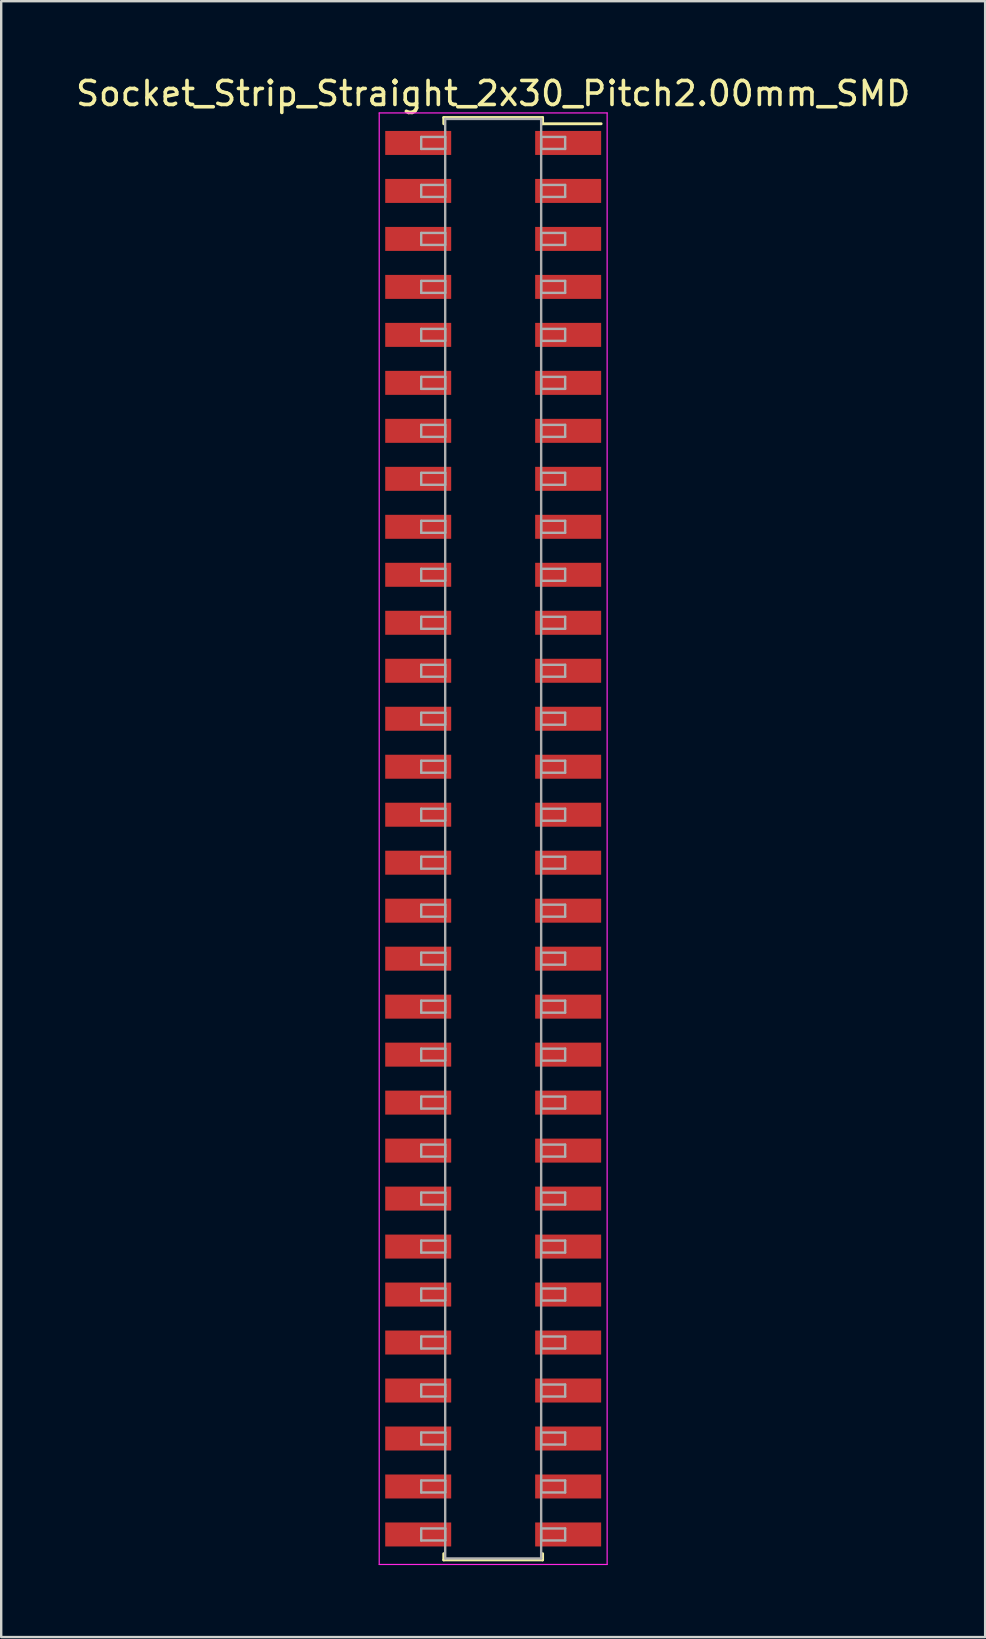
<source format=kicad_pcb>
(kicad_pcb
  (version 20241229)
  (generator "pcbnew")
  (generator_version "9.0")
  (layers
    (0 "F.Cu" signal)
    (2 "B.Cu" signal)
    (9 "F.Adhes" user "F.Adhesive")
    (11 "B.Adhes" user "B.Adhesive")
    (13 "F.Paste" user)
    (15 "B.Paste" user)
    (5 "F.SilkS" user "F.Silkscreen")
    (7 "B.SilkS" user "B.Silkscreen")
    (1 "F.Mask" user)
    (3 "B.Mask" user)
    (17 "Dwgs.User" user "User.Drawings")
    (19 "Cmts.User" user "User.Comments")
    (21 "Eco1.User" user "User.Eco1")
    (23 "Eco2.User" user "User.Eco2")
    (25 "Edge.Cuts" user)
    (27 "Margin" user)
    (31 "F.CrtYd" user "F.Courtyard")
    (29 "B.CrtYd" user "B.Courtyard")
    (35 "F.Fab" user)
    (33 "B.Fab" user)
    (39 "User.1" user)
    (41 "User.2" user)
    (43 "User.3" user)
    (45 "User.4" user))
  (footprint "Socket_Strip_Straight_2x30_Pitch2.00mm_SMD"
    (layer "F.Cu")
    (at 17.506 31.908)
    (property "Reference" "Socket_Strip_Straight_2x30_Pitch2.00mm_SMD" (at 0 -31.06 0) (layer "F.SilkS") (effects (font (size 1 1) (thickness 0.15))))
    (attr smd)
    (fp_line (start -2.06 -30.06) (end 2.06 -30.06) (stroke (width 0.12) (type solid)) (layer "F.SilkS"))
    (fp_line (start -2.06 -29.8) (end -2.06 -30.06) (stroke (width 0.12) (type solid)) (layer "F.SilkS"))
    (fp_line (start -2.06 29.8) (end -2.06 30.06) (stroke (width 0.12) (type solid)) (layer "F.SilkS"))
    (fp_line (start -2.06 30.06) (end 2.06 30.06) (stroke (width 0.12) (type solid)) (layer "F.SilkS"))
    (fp_line (start 2.06 -30.06) (end 2.06 -29.8) (stroke (width 0.12) (type solid)) (layer "F.SilkS"))
    (fp_line (start 2.06 30.06) (end 2.06 29.8) (stroke (width 0.12) (type solid)) (layer "F.SilkS"))
    (fp_line (start 4.5 -29.8) (end 2.06 -29.8) (stroke (width 0.12) (type solid)) (layer "F.SilkS"))
    (fp_line (start -4.75 -30.25) (end -4.75 30.25) (stroke (width 0.05) (type solid)) (layer "F.CrtYd"))
    (fp_line (start -4.75 30.25) (end 4.75 30.25) (stroke (width 0.05) (type solid)) (layer "F.CrtYd"))
    (fp_line (start 4.75 -30.25) (end -4.75 -30.25) (stroke (width 0.05) (type solid)) (layer "F.CrtYd"))
    (fp_line (start 4.75 30.25) (end 4.75 -30.25) (stroke (width 0.05) (type solid)) (layer "F.CrtYd"))
    (fp_line (start -3 -29.25) (end -2 -29.25) (stroke (width 0.1) (type solid)) (layer "F.Fab"))
    (fp_line (start -3 -28.75) (end -3 -29.25) (stroke (width 0.1) (type solid)) (layer "F.Fab"))
    (fp_line (start -3 -27.25) (end -2 -27.25) (stroke (width 0.1) (type solid)) (layer "F.Fab"))
    (fp_line (start -3 -26.75) (end -3 -27.25) (stroke (width 0.1) (type solid)) (layer "F.Fab"))
    (fp_line (start -3 -25.25) (end -2 -25.25) (stroke (width 0.1) (type solid)) (layer "F.Fab"))
    (fp_line (start -3 -24.75) (end -3 -25.25) (stroke (width 0.1) (type solid)) (layer "F.Fab"))
    (fp_line (start -3 -23.25) (end -2 -23.25) (stroke (width 0.1) (type solid)) (layer "F.Fab"))
    (fp_line (start -3 -22.75) (end -3 -23.25) (stroke (width 0.1) (type solid)) (layer "F.Fab"))
    (fp_line (start -3 -21.25) (end -2 -21.25) (stroke (width 0.1) (type solid)) (layer "F.Fab"))
    (fp_line (start -3 -20.75) (end -3 -21.25) (stroke (width 0.1) (type solid)) (layer "F.Fab"))
    (fp_line (start -3 -19.25) (end -2 -19.25) (stroke (width 0.1) (type solid)) (layer "F.Fab"))
    (fp_line (start -3 -18.75) (end -3 -19.25) (stroke (width 0.1) (type solid)) (layer "F.Fab"))
    (fp_line (start -3 -17.25) (end -2 -17.25) (stroke (width 0.1) (type solid)) (layer "F.Fab"))
    (fp_line (start -3 -16.75) (end -3 -17.25) (stroke (width 0.1) (type solid)) (layer "F.Fab"))
    (fp_line (start -3 -15.25) (end -2 -15.25) (stroke (width 0.1) (type solid)) (layer "F.Fab"))
    (fp_line (start -3 -14.75) (end -3 -15.25) (stroke (width 0.1) (type solid)) (layer "F.Fab"))
    (fp_line (start -3 -13.25) (end -2 -13.25) (stroke (width 0.1) (type solid)) (layer "F.Fab"))
    (fp_line (start -3 -12.75) (end -3 -13.25) (stroke (width 0.1) (type solid)) (layer "F.Fab"))
    (fp_line (start -3 -11.25) (end -2 -11.25) (stroke (width 0.1) (type solid)) (layer "F.Fab"))
    (fp_line (start -3 -10.75) (end -3 -11.25) (stroke (width 0.1) (type solid)) (layer "F.Fab"))
    (fp_line (start -3 -9.25) (end -2 -9.25) (stroke (width 0.1) (type solid)) (layer "F.Fab"))
    (fp_line (start -3 -8.75) (end -3 -9.25) (stroke (width 0.1) (type solid)) (layer "F.Fab"))
    (fp_line (start -3 -7.25) (end -2 -7.25) (stroke (width 0.1) (type solid)) (layer "F.Fab"))
    (fp_line (start -3 -6.75) (end -3 -7.25) (stroke (width 0.1) (type solid)) (layer "F.Fab"))
    (fp_line (start -3 -5.25) (end -2 -5.25) (stroke (width 0.1) (type solid)) (layer "F.Fab"))
    (fp_line (start -3 -4.75) (end -3 -5.25) (stroke (width 0.1) (type solid)) (layer "F.Fab"))
    (fp_line (start -3 -3.25) (end -2 -3.25) (stroke (width 0.1) (type solid)) (layer "F.Fab"))
    (fp_line (start -3 -2.75) (end -3 -3.25) (stroke (width 0.1) (type solid)) (layer "F.Fab"))
    (fp_line (start -3 -1.25) (end -2 -1.25) (stroke (width 0.1) (type solid)) (layer "F.Fab"))
    (fp_line (start -3 -0.75) (end -3 -1.25) (stroke (width 0.1) (type solid)) (layer "F.Fab"))
    (fp_line (start -3 0.75) (end -2 0.75) (stroke (width 0.1) (type solid)) (layer "F.Fab"))
    (fp_line (start -3 1.25) (end -3 0.75) (stroke (width 0.1) (type solid)) (layer "F.Fab"))
    (fp_line (start -3 2.75) (end -2 2.75) (stroke (width 0.1) (type solid)) (layer "F.Fab"))
    (fp_line (start -3 3.25) (end -3 2.75) (stroke (width 0.1) (type solid)) (layer "F.Fab"))
    (fp_line (start -3 4.75) (end -2 4.75) (stroke (width 0.1) (type solid)) (layer "F.Fab"))
    (fp_line (start -3 5.25) (end -3 4.75) (stroke (width 0.1) (type solid)) (layer "F.Fab"))
    (fp_line (start -3 6.75) (end -2 6.75) (stroke (width 0.1) (type solid)) (layer "F.Fab"))
    (fp_line (start -3 7.25) (end -3 6.75) (stroke (width 0.1) (type solid)) (layer "F.Fab"))
    (fp_line (start -3 8.75) (end -2 8.75) (stroke (width 0.1) (type solid)) (layer "F.Fab"))
    (fp_line (start -3 9.25) (end -3 8.75) (stroke (width 0.1) (type solid)) (layer "F.Fab"))
    (fp_line (start -3 10.75) (end -2 10.75) (stroke (width 0.1) (type solid)) (layer "F.Fab"))
    (fp_line (start -3 11.25) (end -3 10.75) (stroke (width 0.1) (type solid)) (layer "F.Fab"))
    (fp_line (start -3 12.75) (end -2 12.75) (stroke (width 0.1) (type solid)) (layer "F.Fab"))
    (fp_line (start -3 13.25) (end -3 12.75) (stroke (width 0.1) (type solid)) (layer "F.Fab"))
    (fp_line (start -3 14.75) (end -2 14.75) (stroke (width 0.1) (type solid)) (layer "F.Fab"))
    (fp_line (start -3 15.25) (end -3 14.75) (stroke (width 0.1) (type solid)) (layer "F.Fab"))
    (fp_line (start -3 16.75) (end -2 16.75) (stroke (width 0.1) (type solid)) (layer "F.Fab"))
    (fp_line (start -3 17.25) (end -3 16.75) (stroke (width 0.1) (type solid)) (layer "F.Fab"))
    (fp_line (start -3 18.75) (end -2 18.75) (stroke (width 0.1) (type solid)) (layer "F.Fab"))
    (fp_line (start -3 19.25) (end -3 18.75) (stroke (width 0.1) (type solid)) (layer "F.Fab"))
    (fp_line (start -3 20.75) (end -2 20.75) (stroke (width 0.1) (type solid)) (layer "F.Fab"))
    (fp_line (start -3 21.25) (end -3 20.75) (stroke (width 0.1) (type solid)) (layer "F.Fab"))
    (fp_line (start -3 22.75) (end -2 22.75) (stroke (width 0.1) (type solid)) (layer "F.Fab"))
    (fp_line (start -3 23.25) (end -3 22.75) (stroke (width 0.1) (type solid)) (layer "F.Fab"))
    (fp_line (start -3 24.75) (end -2 24.75) (stroke (width 0.1) (type solid)) (layer "F.Fab"))
    (fp_line (start -3 25.25) (end -3 24.75) (stroke (width 0.1) (type solid)) (layer "F.Fab"))
    (fp_line (start -3 26.75) (end -2 26.75) (stroke (width 0.1) (type solid)) (layer "F.Fab"))
    (fp_line (start -3 27.25) (end -3 26.75) (stroke (width 0.1) (type solid)) (layer "F.Fab"))
    (fp_line (start -3 28.75) (end -2 28.75) (stroke (width 0.1) (type solid)) (layer "F.Fab"))
    (fp_line (start -3 29.25) (end -3 28.75) (stroke (width 0.1) (type solid)) (layer "F.Fab"))
    (fp_line (start -2 -30) (end -2 30) (stroke (width 0.1) (type solid)) (layer "F.Fab"))
    (fp_line (start -2 -29.25) (end -2 -28.75) (stroke (width 0.1) (type solid)) (layer "F.Fab"))
    (fp_line (start -2 -28.75) (end -3 -28.75) (stroke (width 0.1) (type solid)) (layer "F.Fab"))
    (fp_line (start -2 -27.25) (end -2 -26.75) (stroke (width 0.1) (type solid)) (layer "F.Fab"))
    (fp_line (start -2 -26.75) (end -3 -26.75) (stroke (width 0.1) (type solid)) (layer "F.Fab"))
    (fp_line (start -2 -25.25) (end -2 -24.75) (stroke (width 0.1) (type solid)) (layer "F.Fab"))
    (fp_line (start -2 -24.75) (end -3 -24.75) (stroke (width 0.1) (type solid)) (layer "F.Fab"))
    (fp_line (start -2 -23.25) (end -2 -22.75) (stroke (width 0.1) (type solid)) (layer "F.Fab"))
    (fp_line (start -2 -22.75) (end -3 -22.75) (stroke (width 0.1) (type solid)) (layer "F.Fab"))
    (fp_line (start -2 -21.25) (end -2 -20.75) (stroke (width 0.1) (type solid)) (layer "F.Fab"))
    (fp_line (start -2 -20.75) (end -3 -20.75) (stroke (width 0.1) (type solid)) (layer "F.Fab"))
    (fp_line (start -2 -19.25) (end -2 -18.75) (stroke (width 0.1) (type solid)) (layer "F.Fab"))
    (fp_line (start -2 -18.75) (end -3 -18.75) (stroke (width 0.1) (type solid)) (layer "F.Fab"))
    (fp_line (start -2 -17.25) (end -2 -16.75) (stroke (width 0.1) (type solid)) (layer "F.Fab"))
    (fp_line (start -2 -16.75) (end -3 -16.75) (stroke (width 0.1) (type solid)) (layer "F.Fab"))
    (fp_line (start -2 -15.25) (end -2 -14.75) (stroke (width 0.1) (type solid)) (layer "F.Fab"))
    (fp_line (start -2 -14.75) (end -3 -14.75) (stroke (width 0.1) (type solid)) (layer "F.Fab"))
    (fp_line (start -2 -13.25) (end -2 -12.75) (stroke (width 0.1) (type solid)) (layer "F.Fab"))
    (fp_line (start -2 -12.75) (end -3 -12.75) (stroke (width 0.1) (type solid)) (layer "F.Fab"))
    (fp_line (start -2 -11.25) (end -2 -10.75) (stroke (width 0.1) (type solid)) (layer "F.Fab"))
    (fp_line (start -2 -10.75) (end -3 -10.75) (stroke (width 0.1) (type solid)) (layer "F.Fab"))
    (fp_line (start -2 -9.25) (end -2 -8.75) (stroke (width 0.1) (type solid)) (layer "F.Fab"))
    (fp_line (start -2 -8.75) (end -3 -8.75) (stroke (width 0.1) (type solid)) (layer "F.Fab"))
    (fp_line (start -2 -7.25) (end -2 -6.75) (stroke (width 0.1) (type solid)) (layer "F.Fab"))
    (fp_line (start -2 -6.75) (end -3 -6.75) (stroke (width 0.1) (type solid)) (layer "F.Fab"))
    (fp_line (start -2 -5.25) (end -2 -4.75) (stroke (width 0.1) (type solid)) (layer "F.Fab"))
    (fp_line (start -2 -4.75) (end -3 -4.75) (stroke (width 0.1) (type solid)) (layer "F.Fab"))
    (fp_line (start -2 -3.25) (end -2 -2.75) (stroke (width 0.1) (type solid)) (layer "F.Fab"))
    (fp_line (start -2 -2.75) (end -3 -2.75) (stroke (width 0.1) (type solid)) (layer "F.Fab"))
    (fp_line (start -2 -1.25) (end -2 -0.75) (stroke (width 0.1) (type solid)) (layer "F.Fab"))
    (fp_line (start -2 -0.75) (end -3 -0.75) (stroke (width 0.1) (type solid)) (layer "F.Fab"))
    (fp_line (start -2 0.75) (end -2 1.25) (stroke (width 0.1) (type solid)) (layer "F.Fab"))
    (fp_line (start -2 1.25) (end -3 1.25) (stroke (width 0.1) (type solid)) (layer "F.Fab"))
    (fp_line (start -2 2.75) (end -2 3.25) (stroke (width 0.1) (type solid)) (layer "F.Fab"))
    (fp_line (start -2 3.25) (end -3 3.25) (stroke (width 0.1) (type solid)) (layer "F.Fab"))
    (fp_line (start -2 4.75) (end -2 5.25) (stroke (width 0.1) (type solid)) (layer "F.Fab"))
    (fp_line (start -2 5.25) (end -3 5.25) (stroke (width 0.1) (type solid)) (layer "F.Fab"))
    (fp_line (start -2 6.75) (end -2 7.25) (stroke (width 0.1) (type solid)) (layer "F.Fab"))
    (fp_line (start -2 7.25) (end -3 7.25) (stroke (width 0.1) (type solid)) (layer "F.Fab"))
    (fp_line (start -2 8.75) (end -2 9.25) (stroke (width 0.1) (type solid)) (layer "F.Fab"))
    (fp_line (start -2 9.25) (end -3 9.25) (stroke (width 0.1) (type solid)) (layer "F.Fab"))
    (fp_line (start -2 10.75) (end -2 11.25) (stroke (width 0.1) (type solid)) (layer "F.Fab"))
    (fp_line (start -2 11.25) (end -3 11.25) (stroke (width 0.1) (type solid)) (layer "F.Fab"))
    (fp_line (start -2 12.75) (end -2 13.25) (stroke (width 0.1) (type solid)) (layer "F.Fab"))
    (fp_line (start -2 13.25) (end -3 13.25) (stroke (width 0.1) (type solid)) (layer "F.Fab"))
    (fp_line (start -2 14.75) (end -2 15.25) (stroke (width 0.1) (type solid)) (layer "F.Fab"))
    (fp_line (start -2 15.25) (end -3 15.25) (stroke (width 0.1) (type solid)) (layer "F.Fab"))
    (fp_line (start -2 16.75) (end -2 17.25) (stroke (width 0.1) (type solid)) (layer "F.Fab"))
    (fp_line (start -2 17.25) (end -3 17.25) (stroke (width 0.1) (type solid)) (layer "F.Fab"))
    (fp_line (start -2 18.75) (end -2 19.25) (stroke (width 0.1) (type solid)) (layer "F.Fab"))
    (fp_line (start -2 19.25) (end -3 19.25) (stroke (width 0.1) (type solid)) (layer "F.Fab"))
    (fp_line (start -2 20.75) (end -2 21.25) (stroke (width 0.1) (type solid)) (layer "F.Fab"))
    (fp_line (start -2 21.25) (end -3 21.25) (stroke (width 0.1) (type solid)) (layer "F.Fab"))
    (fp_line (start -2 22.75) (end -2 23.25) (stroke (width 0.1) (type solid)) (layer "F.Fab"))
    (fp_line (start -2 23.25) (end -3 23.25) (stroke (width 0.1) (type solid)) (layer "F.Fab"))
    (fp_line (start -2 24.75) (end -2 25.25) (stroke (width 0.1) (type solid)) (layer "F.Fab"))
    (fp_line (start -2 25.25) (end -3 25.25) (stroke (width 0.1) (type solid)) (layer "F.Fab"))
    (fp_line (start -2 26.75) (end -2 27.25) (stroke (width 0.1) (type solid)) (layer "F.Fab"))
    (fp_line (start -2 27.25) (end -3 27.25) (stroke (width 0.1) (type solid)) (layer "F.Fab"))
    (fp_line (start -2 28.75) (end -2 29.25) (stroke (width 0.1) (type solid)) (layer "F.Fab"))
    (fp_line (start -2 29.25) (end -3 29.25) (stroke (width 0.1) (type solid)) (layer "F.Fab"))
    (fp_line (start -2 30) (end 2 30) (stroke (width 0.1) (type solid)) (layer "F.Fab"))
    (fp_line (start 2 -30) (end -2 -30) (stroke (width 0.1) (type solid)) (layer "F.Fab"))
    (fp_line (start 2 -29.25) (end 2 -28.75) (stroke (width 0.1) (type solid)) (layer "F.Fab"))
    (fp_line (start 2 -28.75) (end 3 -28.75) (stroke (width 0.1) (type solid)) (layer "F.Fab"))
    (fp_line (start 2 -27.25) (end 2 -26.75) (stroke (width 0.1) (type solid)) (layer "F.Fab"))
    (fp_line (start 2 -26.75) (end 3 -26.75) (stroke (width 0.1) (type solid)) (layer "F.Fab"))
    (fp_line (start 2 -25.25) (end 2 -24.75) (stroke (width 0.1) (type solid)) (layer "F.Fab"))
    (fp_line (start 2 -24.75) (end 3 -24.75) (stroke (width 0.1) (type solid)) (layer "F.Fab"))
    (fp_line (start 2 -23.25) (end 2 -22.75) (stroke (width 0.1) (type solid)) (layer "F.Fab"))
    (fp_line (start 2 -22.75) (end 3 -22.75) (stroke (width 0.1) (type solid)) (layer "F.Fab"))
    (fp_line (start 2 -21.25) (end 2 -20.75) (stroke (width 0.1) (type solid)) (layer "F.Fab"))
    (fp_line (start 2 -20.75) (end 3 -20.75) (stroke (width 0.1) (type solid)) (layer "F.Fab"))
    (fp_line (start 2 -19.25) (end 2 -18.75) (stroke (width 0.1) (type solid)) (layer "F.Fab"))
    (fp_line (start 2 -18.75) (end 3 -18.75) (stroke (width 0.1) (type solid)) (layer "F.Fab"))
    (fp_line (start 2 -17.25) (end 2 -16.75) (stroke (width 0.1) (type solid)) (layer "F.Fab"))
    (fp_line (start 2 -16.75) (end 3 -16.75) (stroke (width 0.1) (type solid)) (layer "F.Fab"))
    (fp_line (start 2 -15.25) (end 2 -14.75) (stroke (width 0.1) (type solid)) (layer "F.Fab"))
    (fp_line (start 2 -14.75) (end 3 -14.75) (stroke (width 0.1) (type solid)) (layer "F.Fab"))
    (fp_line (start 2 -13.25) (end 2 -12.75) (stroke (width 0.1) (type solid)) (layer "F.Fab"))
    (fp_line (start 2 -12.75) (end 3 -12.75) (stroke (width 0.1) (type solid)) (layer "F.Fab"))
    (fp_line (start 2 -11.25) (end 2 -10.75) (stroke (width 0.1) (type solid)) (layer "F.Fab"))
    (fp_line (start 2 -10.75) (end 3 -10.75) (stroke (width 0.1) (type solid)) (layer "F.Fab"))
    (fp_line (start 2 -9.25) (end 2 -8.75) (stroke (width 0.1) (type solid)) (layer "F.Fab"))
    (fp_line (start 2 -8.75) (end 3 -8.75) (stroke (width 0.1) (type solid)) (layer "F.Fab"))
    (fp_line (start 2 -7.25) (end 2 -6.75) (stroke (width 0.1) (type solid)) (layer "F.Fab"))
    (fp_line (start 2 -6.75) (end 3 -6.75) (stroke (width 0.1) (type solid)) (layer "F.Fab"))
    (fp_line (start 2 -5.25) (end 2 -4.75) (stroke (width 0.1) (type solid)) (layer "F.Fab"))
    (fp_line (start 2 -4.75) (end 3 -4.75) (stroke (width 0.1) (type solid)) (layer "F.Fab"))
    (fp_line (start 2 -3.25) (end 2 -2.75) (stroke (width 0.1) (type solid)) (layer "F.Fab"))
    (fp_line (start 2 -2.75) (end 3 -2.75) (stroke (width 0.1) (type solid)) (layer "F.Fab"))
    (fp_line (start 2 -1.25) (end 2 -0.75) (stroke (width 0.1) (type solid)) (layer "F.Fab"))
    (fp_line (start 2 -0.75) (end 3 -0.75) (stroke (width 0.1) (type solid)) (layer "F.Fab"))
    (fp_line (start 2 0.75) (end 2 1.25) (stroke (width 0.1) (type solid)) (layer "F.Fab"))
    (fp_line (start 2 1.25) (end 3 1.25) (stroke (width 0.1) (type solid)) (layer "F.Fab"))
    (fp_line (start 2 2.75) (end 2 3.25) (stroke (width 0.1) (type solid)) (layer "F.Fab"))
    (fp_line (start 2 3.25) (end 3 3.25) (stroke (width 0.1) (type solid)) (layer "F.Fab"))
    (fp_line (start 2 4.75) (end 2 5.25) (stroke (width 0.1) (type solid)) (layer "F.Fab"))
    (fp_line (start 2 5.25) (end 3 5.25) (stroke (width 0.1) (type solid)) (layer "F.Fab"))
    (fp_line (start 2 6.75) (end 2 7.25) (stroke (width 0.1) (type solid)) (layer "F.Fab"))
    (fp_line (start 2 7.25) (end 3 7.25) (stroke (width 0.1) (type solid)) (layer "F.Fab"))
    (fp_line (start 2 8.75) (end 2 9.25) (stroke (width 0.1) (type solid)) (layer "F.Fab"))
    (fp_line (start 2 9.25) (end 3 9.25) (stroke (width 0.1) (type solid)) (layer "F.Fab"))
    (fp_line (start 2 10.75) (end 2 11.25) (stroke (width 0.1) (type solid)) (layer "F.Fab"))
    (fp_line (start 2 11.25) (end 3 11.25) (stroke (width 0.1) (type solid)) (layer "F.Fab"))
    (fp_line (start 2 12.75) (end 2 13.25) (stroke (width 0.1) (type solid)) (layer "F.Fab"))
    (fp_line (start 2 13.25) (end 3 13.25) (stroke (width 0.1) (type solid)) (layer "F.Fab"))
    (fp_line (start 2 14.75) (end 2 15.25) (stroke (width 0.1) (type solid)) (layer "F.Fab"))
    (fp_line (start 2 15.25) (end 3 15.25) (stroke (width 0.1) (type solid)) (layer "F.Fab"))
    (fp_line (start 2 16.75) (end 2 17.25) (stroke (width 0.1) (type solid)) (layer "F.Fab"))
    (fp_line (start 2 17.25) (end 3 17.25) (stroke (width 0.1) (type solid)) (layer "F.Fab"))
    (fp_line (start 2 18.75) (end 2 19.25) (stroke (width 0.1) (type solid)) (layer "F.Fab"))
    (fp_line (start 2 19.25) (end 3 19.25) (stroke (width 0.1) (type solid)) (layer "F.Fab"))
    (fp_line (start 2 20.75) (end 2 21.25) (stroke (width 0.1) (type solid)) (layer "F.Fab"))
    (fp_line (start 2 21.25) (end 3 21.25) (stroke (width 0.1) (type solid)) (layer "F.Fab"))
    (fp_line (start 2 22.75) (end 2 23.25) (stroke (width 0.1) (type solid)) (layer "F.Fab"))
    (fp_line (start 2 23.25) (end 3 23.25) (stroke (width 0.1) (type solid)) (layer "F.Fab"))
    (fp_line (start 2 24.75) (end 2 25.25) (stroke (width 0.1) (type solid)) (layer "F.Fab"))
    (fp_line (start 2 25.25) (end 3 25.25) (stroke (width 0.1) (type solid)) (layer "F.Fab"))
    (fp_line (start 2 26.75) (end 2 27.25) (stroke (width 0.1) (type solid)) (layer "F.Fab"))
    (fp_line (start 2 27.25) (end 3 27.25) (stroke (width 0.1) (type solid)) (layer "F.Fab"))
    (fp_line (start 2 28.75) (end 2 29.25) (stroke (width 0.1) (type solid)) (layer "F.Fab"))
    (fp_line (start 2 29.25) (end 3 29.25) (stroke (width 0.1) (type solid)) (layer "F.Fab"))
    (fp_line (start 2 30) (end 2 -30) (stroke (width 0.1) (type solid)) (layer "F.Fab"))
    (fp_line (start 3 -29.25) (end 2 -29.25) (stroke (width 0.1) (type solid)) (layer "F.Fab"))
    (fp_line (start 3 -28.75) (end 3 -29.25) (stroke (width 0.1) (type solid)) (layer "F.Fab"))
    (fp_line (start 3 -27.25) (end 2 -27.25) (stroke (width 0.1) (type solid)) (layer "F.Fab"))
    (fp_line (start 3 -26.75) (end 3 -27.25) (stroke (width 0.1) (type solid)) (layer "F.Fab"))
    (fp_line (start 3 -25.25) (end 2 -25.25) (stroke (width 0.1) (type solid)) (layer "F.Fab"))
    (fp_line (start 3 -24.75) (end 3 -25.25) (stroke (width 0.1) (type solid)) (layer "F.Fab"))
    (fp_line (start 3 -23.25) (end 2 -23.25) (stroke (width 0.1) (type solid)) (layer "F.Fab"))
    (fp_line (start 3 -22.75) (end 3 -23.25) (stroke (width 0.1) (type solid)) (layer "F.Fab"))
    (fp_line (start 3 -21.25) (end 2 -21.25) (stroke (width 0.1) (type solid)) (layer "F.Fab"))
    (fp_line (start 3 -20.75) (end 3 -21.25) (stroke (width 0.1) (type solid)) (layer "F.Fab"))
    (fp_line (start 3 -19.25) (end 2 -19.25) (stroke (width 0.1) (type solid)) (layer "F.Fab"))
    (fp_line (start 3 -18.75) (end 3 -19.25) (stroke (width 0.1) (type solid)) (layer "F.Fab"))
    (fp_line (start 3 -17.25) (end 2 -17.25) (stroke (width 0.1) (type solid)) (layer "F.Fab"))
    (fp_line (start 3 -16.75) (end 3 -17.25) (stroke (width 0.1) (type solid)) (layer "F.Fab"))
    (fp_line (start 3 -15.25) (end 2 -15.25) (stroke (width 0.1) (type solid)) (layer "F.Fab"))
    (fp_line (start 3 -14.75) (end 3 -15.25) (stroke (width 0.1) (type solid)) (layer "F.Fab"))
    (fp_line (start 3 -13.25) (end 2 -13.25) (stroke (width 0.1) (type solid)) (layer "F.Fab"))
    (fp_line (start 3 -12.75) (end 3 -13.25) (stroke (width 0.1) (type solid)) (layer "F.Fab"))
    (fp_line (start 3 -11.25) (end 2 -11.25) (stroke (width 0.1) (type solid)) (layer "F.Fab"))
    (fp_line (start 3 -10.75) (end 3 -11.25) (stroke (width 0.1) (type solid)) (layer "F.Fab"))
    (fp_line (start 3 -9.25) (end 2 -9.25) (stroke (width 0.1) (type solid)) (layer "F.Fab"))
    (fp_line (start 3 -8.75) (end 3 -9.25) (stroke (width 0.1) (type solid)) (layer "F.Fab"))
    (fp_line (start 3 -7.25) (end 2 -7.25) (stroke (width 0.1) (type solid)) (layer "F.Fab"))
    (fp_line (start 3 -6.75) (end 3 -7.25) (stroke (width 0.1) (type solid)) (layer "F.Fab"))
    (fp_line (start 3 -5.25) (end 2 -5.25) (stroke (width 0.1) (type solid)) (layer "F.Fab"))
    (fp_line (start 3 -4.75) (end 3 -5.25) (stroke (width 0.1) (type solid)) (layer "F.Fab"))
    (fp_line (start 3 -3.25) (end 2 -3.25) (stroke (width 0.1) (type solid)) (layer "F.Fab"))
    (fp_line (start 3 -2.75) (end 3 -3.25) (stroke (width 0.1) (type solid)) (layer "F.Fab"))
    (fp_line (start 3 -1.25) (end 2 -1.25) (stroke (width 0.1) (type solid)) (layer "F.Fab"))
    (fp_line (start 3 -0.75) (end 3 -1.25) (stroke (width 0.1) (type solid)) (layer "F.Fab"))
    (fp_line (start 3 0.75) (end 2 0.75) (stroke (width 0.1) (type solid)) (layer "F.Fab"))
    (fp_line (start 3 1.25) (end 3 0.75) (stroke (width 0.1) (type solid)) (layer "F.Fab"))
    (fp_line (start 3 2.75) (end 2 2.75) (stroke (width 0.1) (type solid)) (layer "F.Fab"))
    (fp_line (start 3 3.25) (end 3 2.75) (stroke (width 0.1) (type solid)) (layer "F.Fab"))
    (fp_line (start 3 4.75) (end 2 4.75) (stroke (width 0.1) (type solid)) (layer "F.Fab"))
    (fp_line (start 3 5.25) (end 3 4.75) (stroke (width 0.1) (type solid)) (layer "F.Fab"))
    (fp_line (start 3 6.75) (end 2 6.75) (stroke (width 0.1) (type solid)) (layer "F.Fab"))
    (fp_line (start 3 7.25) (end 3 6.75) (stroke (width 0.1) (type solid)) (layer "F.Fab"))
    (fp_line (start 3 8.75) (end 2 8.75) (stroke (width 0.1) (type solid)) (layer "F.Fab"))
    (fp_line (start 3 9.25) (end 3 8.75) (stroke (width 0.1) (type solid)) (layer "F.Fab"))
    (fp_line (start 3 10.75) (end 2 10.75) (stroke (width 0.1) (type solid)) (layer "F.Fab"))
    (fp_line (start 3 11.25) (end 3 10.75) (stroke (width 0.1) (type solid)) (layer "F.Fab"))
    (fp_line (start 3 12.75) (end 2 12.75) (stroke (width 0.1) (type solid)) (layer "F.Fab"))
    (fp_line (start 3 13.25) (end 3 12.75) (stroke (width 0.1) (type solid)) (layer "F.Fab"))
    (fp_line (start 3 14.75) (end 2 14.75) (stroke (width 0.1) (type solid)) (layer "F.Fab"))
    (fp_line (start 3 15.25) (end 3 14.75) (stroke (width 0.1) (type solid)) (layer "F.Fab"))
    (fp_line (start 3 16.75) (end 2 16.75) (stroke (width 0.1) (type solid)) (layer "F.Fab"))
    (fp_line (start 3 17.25) (end 3 16.75) (stroke (width 0.1) (type solid)) (layer "F.Fab"))
    (fp_line (start 3 18.75) (end 2 18.75) (stroke (width 0.1) (type solid)) (layer "F.Fab"))
    (fp_line (start 3 19.25) (end 3 18.75) (stroke (width 0.1) (type solid)) (layer "F.Fab"))
    (fp_line (start 3 20.75) (end 2 20.75) (stroke (width 0.1) (type solid)) (layer "F.Fab"))
    (fp_line (start 3 21.25) (end 3 20.75) (stroke (width 0.1) (type solid)) (layer "F.Fab"))
    (fp_line (start 3 22.75) (end 2 22.75) (stroke (width 0.1) (type solid)) (layer "F.Fab"))
    (fp_line (start 3 23.25) (end 3 22.75) (stroke (width 0.1) (type solid)) (layer "F.Fab"))
    (fp_line (start 3 24.75) (end 2 24.75) (stroke (width 0.1) (type solid)) (layer "F.Fab"))
    (fp_line (start 3 25.25) (end 3 24.75) (stroke (width 0.1) (type solid)) (layer "F.Fab"))
    (fp_line (start 3 26.75) (end 2 26.75) (stroke (width 0.1) (type solid)) (layer "F.Fab"))
    (fp_line (start 3 27.25) (end 3 26.75) (stroke (width 0.1) (type solid)) (layer "F.Fab"))
    (fp_line (start 3 28.75) (end 2 28.75) (stroke (width 0.1) (type solid)) (layer "F.Fab"))
    (fp_line (start 3 29.25) (end 3 28.75) (stroke (width 0.1) (type solid)) (layer "F.Fab"))
    (pad "1" smd rect (at 3.125 -29) (size 2.75 1) (layers "F.Cu" "F.Mask"))
    (pad "2" smd rect (at -3.125 -29) (size 2.75 1) (layers "F.Cu" "F.Mask"))
    (pad "3" smd rect (at 3.125 -27) (size 2.75 1) (layers "F.Cu" "F.Mask"))
    (pad "4" smd rect (at -3.125 -27) (size 2.75 1) (layers "F.Cu" "F.Mask"))
    (pad "5" smd rect (at 3.125 -25) (size 2.75 1) (layers "F.Cu" "F.Mask"))
    (pad "6" smd rect (at -3.125 -25) (size 2.75 1) (layers "F.Cu" "F.Mask"))
    (pad "7" smd rect (at 3.125 -23) (size 2.75 1) (layers "F.Cu" "F.Mask"))
    (pad "8" smd rect (at -3.125 -23) (size 2.75 1) (layers "F.Cu" "F.Mask"))
    (pad "9" smd rect (at 3.125 -21) (size 2.75 1) (layers "F.Cu" "F.Mask"))
    (pad "10" smd rect (at -3.125 -21) (size 2.75 1) (layers "F.Cu" "F.Mask"))
    (pad "11" smd rect (at 3.125 -19) (size 2.75 1) (layers "F.Cu" "F.Mask"))
    (pad "12" smd rect (at -3.125 -19) (size 2.75 1) (layers "F.Cu" "F.Mask"))
    (pad "13" smd rect (at 3.125 -17) (size 2.75 1) (layers "F.Cu" "F.Mask"))
    (pad "14" smd rect (at -3.125 -17) (size 2.75 1) (layers "F.Cu" "F.Mask"))
    (pad "15" smd rect (at 3.125 -15) (size 2.75 1) (layers "F.Cu" "F.Mask"))
    (pad "16" smd rect (at -3.125 -15) (size 2.75 1) (layers "F.Cu" "F.Mask"))
    (pad "17" smd rect (at 3.125 -13) (size 2.75 1) (layers "F.Cu" "F.Mask"))
    (pad "18" smd rect (at -3.125 -13) (size 2.75 1) (layers "F.Cu" "F.Mask"))
    (pad "19" smd rect (at 3.125 -11) (size 2.75 1) (layers "F.Cu" "F.Mask"))
    (pad "20" smd rect (at -3.125 -11) (size 2.75 1) (layers "F.Cu" "F.Mask"))
    (pad "21" smd rect (at 3.125 -9) (size 2.75 1) (layers "F.Cu" "F.Mask"))
    (pad "22" smd rect (at -3.125 -9) (size 2.75 1) (layers "F.Cu" "F.Mask"))
    (pad "23" smd rect (at 3.125 -7) (size 2.75 1) (layers "F.Cu" "F.Mask"))
    (pad "24" smd rect (at -3.125 -7) (size 2.75 1) (layers "F.Cu" "F.Mask"))
    (pad "25" smd rect (at 3.125 -5) (size 2.75 1) (layers "F.Cu" "F.Mask"))
    (pad "26" smd rect (at -3.125 -5) (size 2.75 1) (layers "F.Cu" "F.Mask"))
    (pad "27" smd rect (at 3.125 -3) (size 2.75 1) (layers "F.Cu" "F.Mask"))
    (pad "28" smd rect (at -3.125 -3) (size 2.75 1) (layers "F.Cu" "F.Mask"))
    (pad "29" smd rect (at 3.125 -1) (size 2.75 1) (layers "F.Cu" "F.Mask"))
    (pad "30" smd rect (at -3.125 -1) (size 2.75 1) (layers "F.Cu" "F.Mask"))
    (pad "31" smd rect (at 3.125 1) (size 2.75 1) (layers "F.Cu" "F.Mask"))
    (pad "32" smd rect (at -3.125 1) (size 2.75 1) (layers "F.Cu" "F.Mask"))
    (pad "33" smd rect (at 3.125 3) (size 2.75 1) (layers "F.Cu" "F.Mask"))
    (pad "34" smd rect (at -3.125 3) (size 2.75 1) (layers "F.Cu" "F.Mask"))
    (pad "35" smd rect (at 3.125 5) (size 2.75 1) (layers "F.Cu" "F.Mask"))
    (pad "36" smd rect (at -3.125 5) (size 2.75 1) (layers "F.Cu" "F.Mask"))
    (pad "37" smd rect (at 3.125 7) (size 2.75 1) (layers "F.Cu" "F.Mask"))
    (pad "38" smd rect (at -3.125 7) (size 2.75 1) (layers "F.Cu" "F.Mask"))
    (pad "39" smd rect (at 3.125 9) (size 2.75 1) (layers "F.Cu" "F.Mask"))
    (pad "40" smd rect (at -3.125 9) (size 2.75 1) (layers "F.Cu" "F.Mask"))
    (pad "41" smd rect (at 3.125 11) (size 2.75 1) (layers "F.Cu" "F.Mask"))
    (pad "42" smd rect (at -3.125 11) (size 2.75 1) (layers "F.Cu" "F.Mask"))
    (pad "43" smd rect (at 3.125 13) (size 2.75 1) (layers "F.Cu" "F.Mask"))
    (pad "44" smd rect (at -3.125 13) (size 2.75 1) (layers "F.Cu" "F.Mask"))
    (pad "45" smd rect (at 3.125 15) (size 2.75 1) (layers "F.Cu" "F.Mask"))
    (pad "46" smd rect (at -3.125 15) (size 2.75 1) (layers "F.Cu" "F.Mask"))
    (pad "47" smd rect (at 3.125 17) (size 2.75 1) (layers "F.Cu" "F.Mask"))
    (pad "48" smd rect (at -3.125 17) (size 2.75 1) (layers "F.Cu" "F.Mask"))
    (pad "49" smd rect (at 3.125 19) (size 2.75 1) (layers "F.Cu" "F.Mask"))
    (pad "50" smd rect (at -3.125 19) (size 2.75 1) (layers "F.Cu" "F.Mask"))
    (pad "51" smd rect (at 3.125 21) (size 2.75 1) (layers "F.Cu" "F.Mask"))
    (pad "52" smd rect (at -3.125 21) (size 2.75 1) (layers "F.Cu" "F.Mask"))
    (pad "53" smd rect (at 3.125 23) (size 2.75 1) (layers "F.Cu" "F.Mask"))
    (pad "54" smd rect (at -3.125 23) (size 2.75 1) (layers "F.Cu" "F.Mask"))
    (pad "55" smd rect (at 3.125 25) (size 2.75 1) (layers "F.Cu" "F.Mask"))
    (pad "56" smd rect (at -3.125 25) (size 2.75 1) (layers "F.Cu" "F.Mask"))
    (pad "57" smd rect (at 3.125 27) (size 2.75 1) (layers "F.Cu" "F.Mask"))
    (pad "58" smd rect (at -3.125 27) (size 2.75 1) (layers "F.Cu" "F.Mask"))
    (pad "59" smd rect (at 3.125 29) (size 2.75 1) (layers "F.Cu" "F.Mask"))
    (pad "60" smd rect (at -3.125 29) (size 2.75 1) (layers "F.Cu" "F.Mask")))
  (gr_rect
    (start -3 -3)
    (end 38.012 65.183)
    (stroke (width 0.1) (type default))
    (fill no)
    (layer "Edge.Cuts")))
</source>
